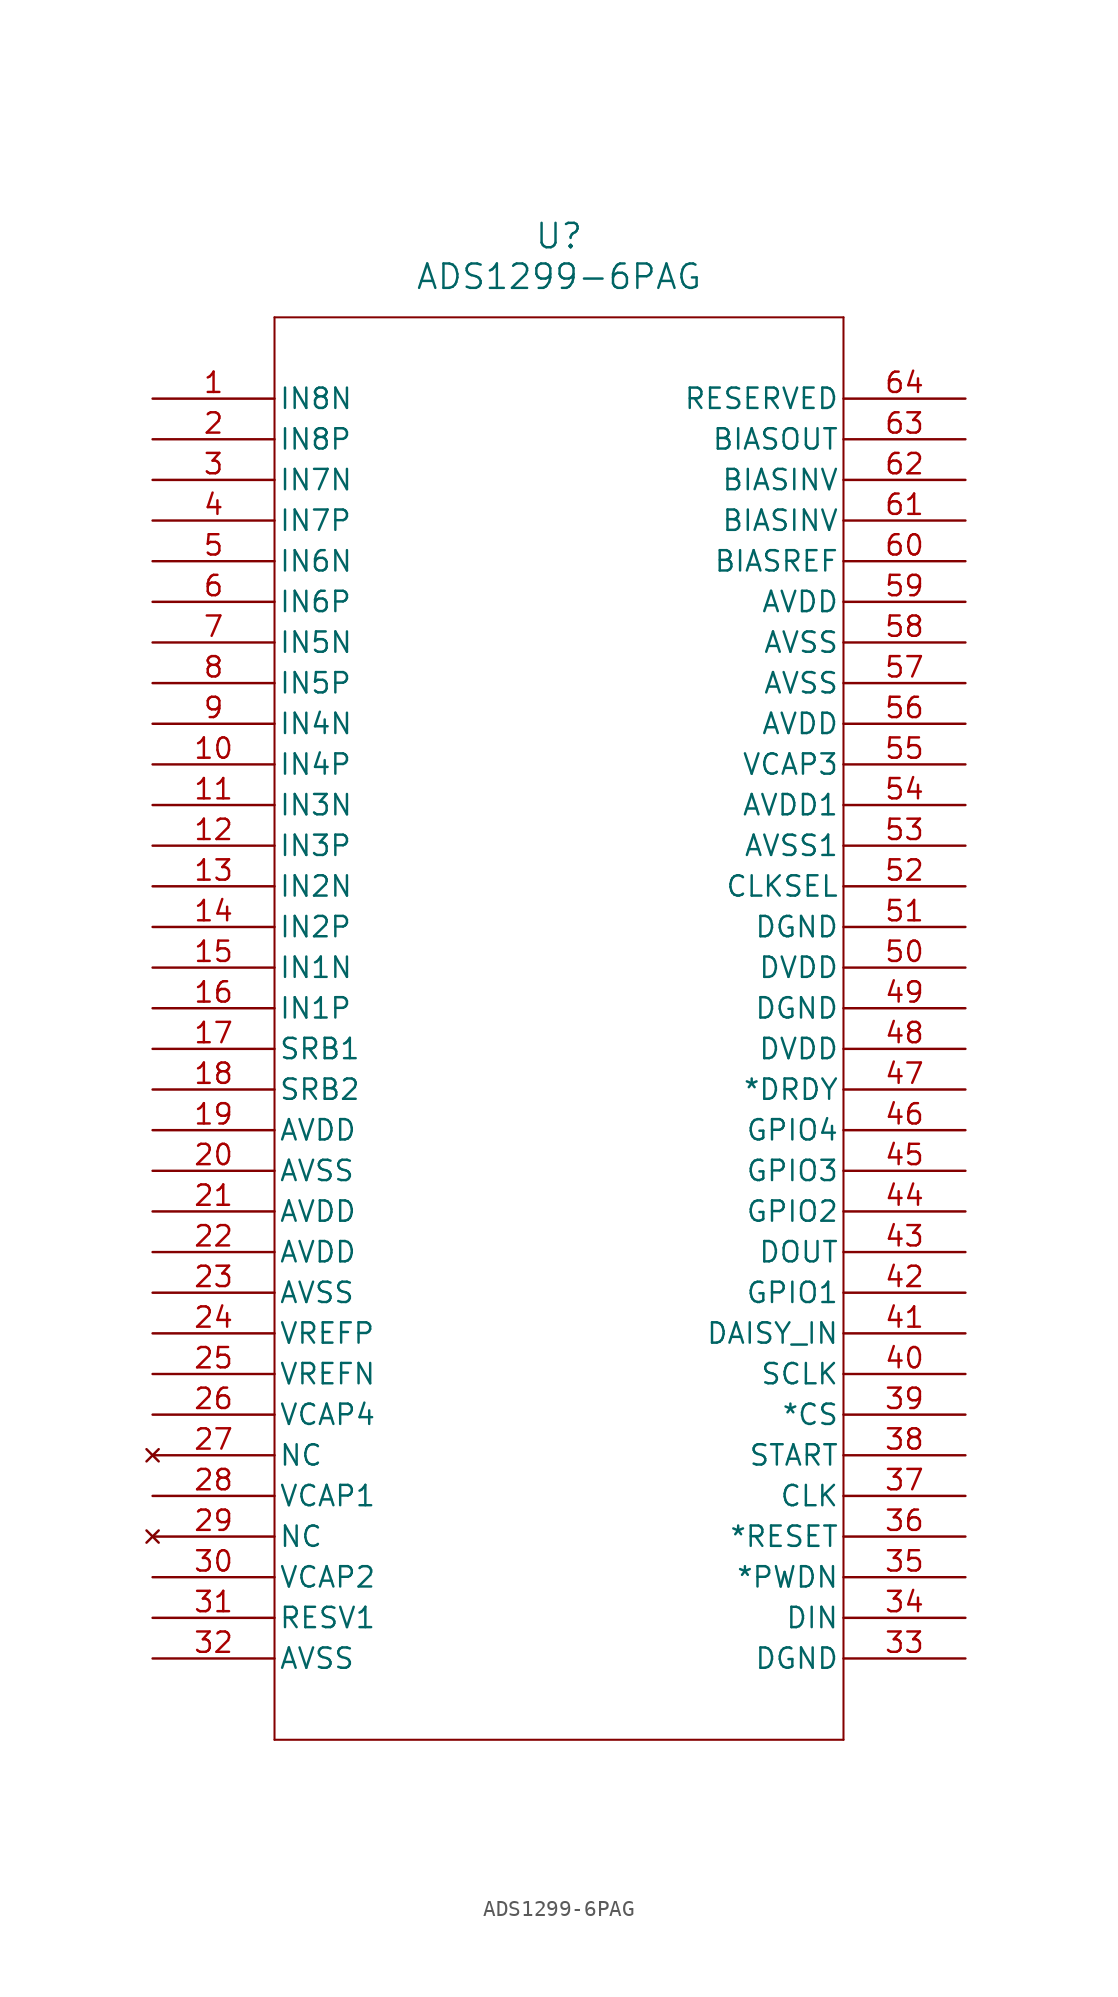
<source format=kicad_sym>
(kicad_symbol_lib
  (version 20211014)
  (generator kicad_symbol_editor)
  (symbol "ADS1299-6PAG"
    (pin_names
      (offset 0.254))
    (property "Reference" "U"
      (at 25.4 10.16 0)
      (effects (font (size 1.524 1.524))))
    (property "Value" "ADS1299-6PAG"
      (at 25.4 7.62 0)
      (effects (font (size 1.524 1.524))))
    (symbol "ADS1299-6PAG_0_1"
      (polyline (pts (xy 7.62 5.08) (xy 7.62 -83.82)) (stroke (width 0.127) (type default) (color 0 0 0 0)) (fill (type none)))
      (polyline (pts (xy 7.62 -83.82) (xy 43.18 -83.82)) (stroke (width 0.127) (type default) (color 0 0 0 0)) (fill (type none)))
      (polyline (pts (xy 43.18 -83.82) (xy 43.18 5.08)) (stroke (width 0.127) (type default) (color 0 0 0 0)) (fill (type none)))
      (polyline (pts (xy 43.18 5.08) (xy 7.62 5.08)) (stroke (width 0.127) (type default) (color 0 0 0 0)) (fill (type none)))
      (pin input line (at 0 0 0) (length 7.62) (name "IN8N" (effects (font (size 1.27 1.27)))) (number "1" (effects (font (size 1.27 1.27)))))
      (pin input line (at 0 -2.54 0) (length 7.62) (name "IN8P" (effects (font (size 1.27 1.27)))) (number "2" (effects (font (size 1.27 1.27)))))
      (pin input line (at 0 -5.08 0) (length 7.62) (name "IN7N" (effects (font (size 1.27 1.27)))) (number "3" (effects (font (size 1.27 1.27)))))
      (pin input line (at 0 -7.62 0) (length 7.62) (name "IN7P" (effects (font (size 1.27 1.27)))) (number "4" (effects (font (size 1.27 1.27)))))
      (pin input line (at 0 -10.16 0) (length 7.62) (name "IN6N" (effects (font (size 1.27 1.27)))) (number "5" (effects (font (size 1.27 1.27)))))
      (pin input line (at 0 -12.7 0) (length 7.62) (name "IN6P" (effects (font (size 1.27 1.27)))) (number "6" (effects (font (size 1.27 1.27)))))
      (pin input line (at 0 -15.24 0) (length 7.62) (name "IN5N" (effects (font (size 1.27 1.27)))) (number "7" (effects (font (size 1.27 1.27)))))
      (pin input line (at 0 -17.78 0) (length 7.62) (name "IN5P" (effects (font (size 1.27 1.27)))) (number "8" (effects (font (size 1.27 1.27)))))
      (pin input line (at 0 -20.32 0) (length 7.62) (name "IN4N" (effects (font (size 1.27 1.27)))) (number "9" (effects (font (size 1.27 1.27)))))
      (pin input line (at 0 -22.86 0) (length 7.62) (name "IN4P" (effects (font (size 1.27 1.27)))) (number "10" (effects (font (size 1.27 1.27)))))
      (pin input line (at 0 -25.4 0) (length 7.62) (name "IN3N" (effects (font (size 1.27 1.27)))) (number "11" (effects (font (size 1.27 1.27)))))
      (pin input line (at 0 -27.94 0) (length 7.62) (name "IN3P" (effects (font (size 1.27 1.27)))) (number "12" (effects (font (size 1.27 1.27)))))
      (pin input line (at 0 -30.48 0) (length 7.62) (name "IN2N" (effects (font (size 1.27 1.27)))) (number "13" (effects (font (size 1.27 1.27)))))
      (pin input line (at 0 -33.02 0) (length 7.62) (name "IN2P" (effects (font (size 1.27 1.27)))) (number "14" (effects (font (size 1.27 1.27)))))
      (pin input line (at 0 -35.56 0) (length 7.62) (name "IN1N" (effects (font (size 1.27 1.27)))) (number "15" (effects (font (size 1.27 1.27)))))
      (pin input line (at 0 -38.1 0) (length 7.62) (name "IN1P" (effects (font (size 1.27 1.27)))) (number "16" (effects (font (size 1.27 1.27)))))
      (pin bidirectional line (at 0 -40.64 0) (length 7.62) (name "SRB1" (effects (font (size 1.27 1.27)))) (number "17" (effects (font (size 1.27 1.27)))))
      (pin bidirectional line (at 0 -43.18 0) (length 7.62) (name "SRB2" (effects (font (size 1.27 1.27)))) (number "18" (effects (font (size 1.27 1.27)))))
      (pin power_in line (at 0 -45.72 0) (length 7.62) (name "AVDD" (effects (font (size 1.27 1.27)))) (number "19" (effects (font (size 1.27 1.27)))))
      (pin power_in line (at 0 -48.26 0) (length 7.62) (name "AVSS" (effects (font (size 1.27 1.27)))) (number "20" (effects (font (size 1.27 1.27)))))
      (pin power_in line (at 0 -50.8 0) (length 7.62) (name "AVDD" (effects (font (size 1.27 1.27)))) (number "21" (effects (font (size 1.27 1.27)))))
      (pin power_in line (at 0 -53.34 0) (length 7.62) (name "AVDD" (effects (font (size 1.27 1.27)))) (number "22" (effects (font (size 1.27 1.27)))))
      (pin power_in line (at 0 -55.88 0) (length 7.62) (name "AVSS" (effects (font (size 1.27 1.27)))) (number "23" (effects (font (size 1.27 1.27)))))
      (pin bidirectional line (at 0 -58.42 0) (length 7.62) (name "VREFP" (effects (font (size 1.27 1.27)))) (number "24" (effects (font (size 1.27 1.27)))))
      (pin input line (at 0 -60.96 0) (length 7.62) (name "VREFN" (effects (font (size 1.27 1.27)))) (number "25" (effects (font (size 1.27 1.27)))))
      (pin output line (at 0 -63.5 0) (length 7.62) (name "VCAP4" (effects (font (size 1.27 1.27)))) (number "26" (effects (font (size 1.27 1.27)))))
      (pin no_connect line (at 0 -66.04 0) (length 7.62) (name "NC" (effects (font (size 1.27 1.27)))) (number "27" (effects (font (size 1.27 1.27)))))
      (pin output line (at 0 -68.58 0) (length 7.62) (name "VCAP1" (effects (font (size 1.27 1.27)))) (number "28" (effects (font (size 1.27 1.27)))))
      (pin no_connect line (at 0 -71.12 0) (length 7.62) (name "NC" (effects (font (size 1.27 1.27)))) (number "29" (effects (font (size 1.27 1.27)))))
      (pin output line (at 0 -73.66 0) (length 7.62) (name "VCAP2" (effects (font (size 1.27 1.27)))) (number "30" (effects (font (size 1.27 1.27)))))
      (pin input line (at 0 -76.2 0) (length 7.62) (name "RESV1" (effects (font (size 1.27 1.27)))) (number "31" (effects (font (size 1.27 1.27)))))
      (pin power_in line (at 0 -78.74 0) (length 7.62) (name "AVSS" (effects (font (size 1.27 1.27)))) (number "32" (effects (font (size 1.27 1.27)))))
      (pin power_in line (at 50.8 -78.74 180) (length 7.62) (name "DGND" (effects (font (size 1.27 1.27)))) (number "33" (effects (font (size 1.27 1.27)))))
      (pin input line (at 50.8 -76.2 180) (length 7.62) (name "DIN" (effects (font (size 1.27 1.27)))) (number "34" (effects (font (size 1.27 1.27)))))
      (pin input line (at 50.8 -73.66 180) (length 7.62) (name "*PWDN" (effects (font (size 1.27 1.27)))) (number "35" (effects (font (size 1.27 1.27)))))
      (pin input line (at 50.8 -71.12 180) (length 7.62) (name "*RESET" (effects (font (size 1.27 1.27)))) (number "36" (effects (font (size 1.27 1.27)))))
      (pin input line (at 50.8 -68.58 180) (length 7.62) (name "CLK" (effects (font (size 1.27 1.27)))) (number "37" (effects (font (size 1.27 1.27)))))
      (pin input line (at 50.8 -66.04 180) (length 7.62) (name "START" (effects (font (size 1.27 1.27)))) (number "38" (effects (font (size 1.27 1.27)))))
      (pin input line (at 50.8 -63.5 180) (length 7.62) (name "*CS" (effects (font (size 1.27 1.27)))) (number "39" (effects (font (size 1.27 1.27)))))
      (pin input line (at 50.8 -60.96 180) (length 7.62) (name "SCLK" (effects (font (size 1.27 1.27)))) (number "40" (effects (font (size 1.27 1.27)))))
      (pin input line (at 50.8 -58.42 180) (length 7.62) (name "DAISY_IN" (effects (font (size 1.27 1.27)))) (number "41" (effects (font (size 1.27 1.27)))))
      (pin bidirectional line (at 50.8 -55.88 180) (length 7.62) (name "GPIO1" (effects (font (size 1.27 1.27)))) (number "42" (effects (font (size 1.27 1.27)))))
      (pin output line (at 50.8 -53.34 180) (length 7.62) (name "DOUT" (effects (font (size 1.27 1.27)))) (number "43" (effects (font (size 1.27 1.27)))))
      (pin bidirectional line (at 50.8 -50.8 180) (length 7.62) (name "GPIO2" (effects (font (size 1.27 1.27)))) (number "44" (effects (font (size 1.27 1.27)))))
      (pin bidirectional line (at 50.8 -48.26 180) (length 7.62) (name "GPIO3" (effects (font (size 1.27 1.27)))) (number "45" (effects (font (size 1.27 1.27)))))
      (pin bidirectional line (at 50.8 -45.72 180) (length 7.62) (name "GPIO4" (effects (font (size 1.27 1.27)))) (number "46" (effects (font (size 1.27 1.27)))))
      (pin output line (at 50.8 -43.18 180) (length 7.62) (name "*DRDY" (effects (font (size 1.27 1.27)))) (number "47" (effects (font (size 1.27 1.27)))))
      (pin power_in line (at 50.8 -40.64 180) (length 7.62) (name "DVDD" (effects (font (size 1.27 1.27)))) (number "48" (effects (font (size 1.27 1.27)))))
      (pin power_in line (at 50.8 -38.1 180) (length 7.62) (name "DGND" (effects (font (size 1.27 1.27)))) (number "49" (effects (font (size 1.27 1.27)))))
      (pin power_in line (at 50.8 -35.56 180) (length 7.62) (name "DVDD" (effects (font (size 1.27 1.27)))) (number "50" (effects (font (size 1.27 1.27)))))
      (pin power_in line (at 50.8 -33.02 180) (length 7.62) (name "DGND" (effects (font (size 1.27 1.27)))) (number "51" (effects (font (size 1.27 1.27)))))
      (pin input line (at 50.8 -30.48 180) (length 7.62) (name "CLKSEL" (effects (font (size 1.27 1.27)))) (number "52" (effects (font (size 1.27 1.27)))))
      (pin power_in line (at 50.8 -27.94 180) (length 7.62) (name "AVSS1" (effects (font (size 1.27 1.27)))) (number "53" (effects (font (size 1.27 1.27)))))
      (pin power_in line (at 50.8 -25.4 180) (length 7.62) (name "AVDD1" (effects (font (size 1.27 1.27)))) (number "54" (effects (font (size 1.27 1.27)))))
      (pin output line (at 50.8 -22.86 180) (length 7.62) (name "VCAP3" (effects (font (size 1.27 1.27)))) (number "55" (effects (font (size 1.27 1.27)))))
      (pin power_in line (at 50.8 -20.32 180) (length 7.62) (name "AVDD" (effects (font (size 1.27 1.27)))) (number "56" (effects (font (size 1.27 1.27)))))
      (pin power_in line (at 50.8 -17.78 180) (length 7.62) (name "AVSS" (effects (font (size 1.27 1.27)))) (number "57" (effects (font (size 1.27 1.27)))))
      (pin power_in line (at 50.8 -15.24 180) (length 7.62) (name "AVSS" (effects (font (size 1.27 1.27)))) (number "58" (effects (font (size 1.27 1.27)))))
      (pin power_in line (at 50.8 -12.7 180) (length 7.62) (name "AVDD" (effects (font (size 1.27 1.27)))) (number "59" (effects (font (size 1.27 1.27)))))
      (pin input line (at 50.8 -10.16 180) (length 7.62) (name "BIASREF" (effects (font (size 1.27 1.27)))) (number "60" (effects (font (size 1.27 1.27)))))
      (pin bidirectional line (at 50.8 -7.62 180) (length 7.62) (name "BIASINV" (effects (font (size 1.27 1.27)))) (number "61" (effects (font (size 1.27 1.27)))))
      (pin input line (at 50.8 -5.08 180) (length 7.62) (name "BIASINV" (effects (font (size 1.27 1.27)))) (number "62" (effects (font (size 1.27 1.27)))))
      (pin output line (at 50.8 -2.54 180) (length 7.62) (name "BIASOUT" (effects (font (size 1.27 1.27)))) (number "63" (effects (font (size 1.27 1.27)))))
      (pin output line (at 50.8 0 180) (length 7.62) (name "RESERVED" (effects (font (size 1.27 1.27)))) (number "64" (effects (font (size 1.27 1.27))))))))
</source>
